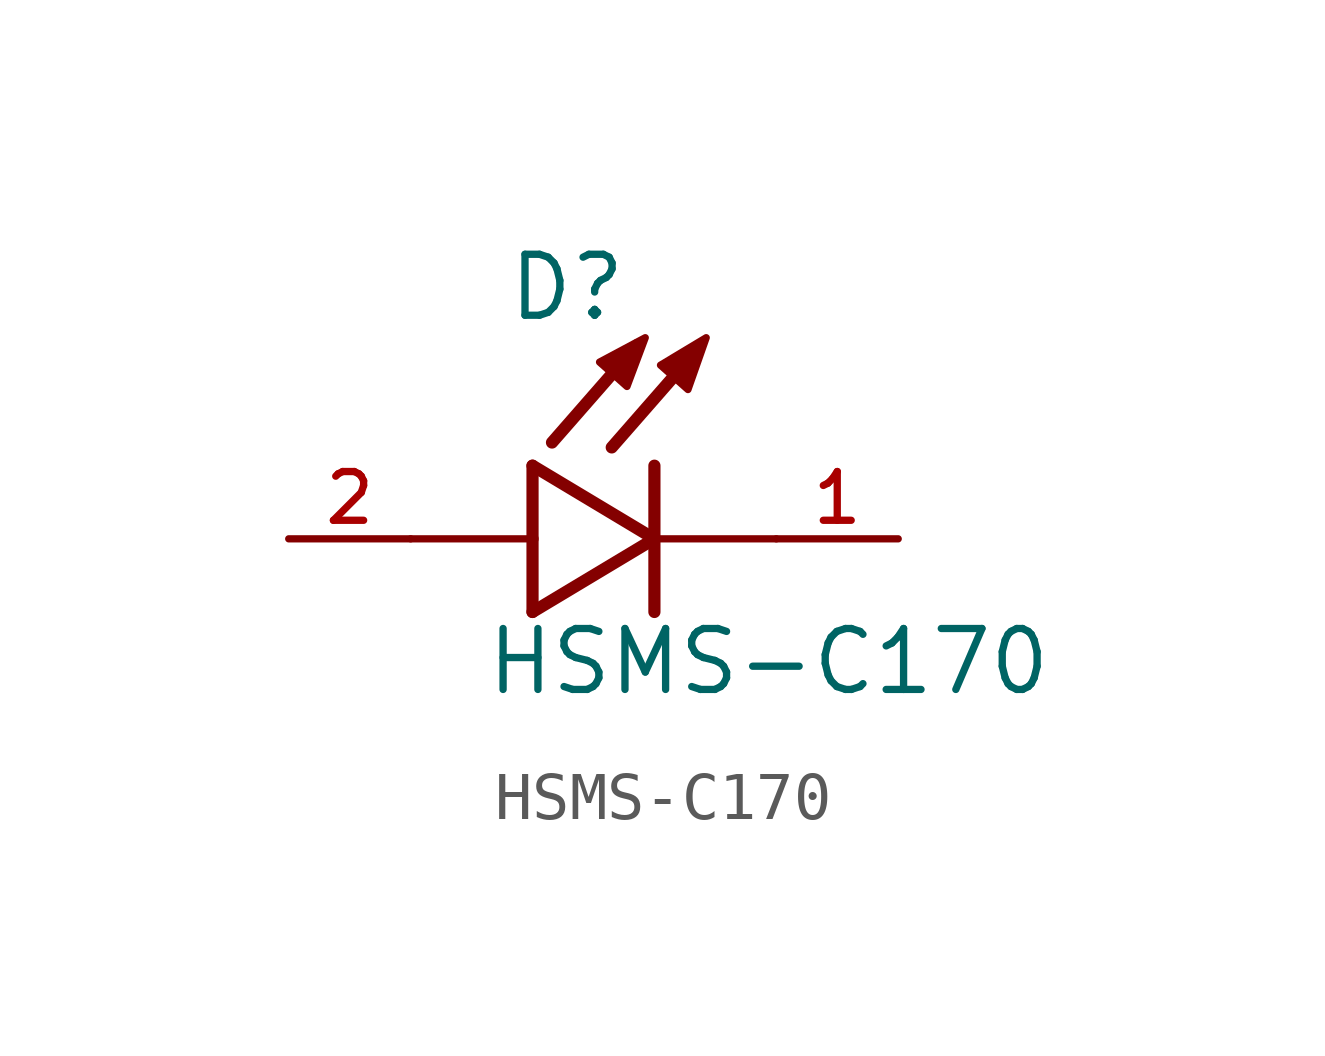
<source format=kicad_sym>
(kicad_symbol_lib
  (version 20211014)
  (generator kicad_symbol_editor)
  (symbol "HSMS-C170"
    (pin_names
      (offset 1.016))
    (property "Reference" "D"
      (at -3.099 4.496 0)
      (effects (font (size 1.27 1.27)) (justify bottom left)))
    (property "Value" "HSMS-C170"
      (at -3.556 -3.302 0)
      (effects (font (size 1.27 1.27)) (justify bottom left)))
    (symbol "HSMS-C170_0_0"
      (polyline (pts (xy -2.54 1.524) (xy -2.54 0.0)) (stroke (width 0.254)))
      (polyline (pts (xy -2.54 0.0) (xy -2.54 -1.524)) (stroke (width 0.254)))
      (polyline (pts (xy -2.54 -1.524) (xy 0.0 0.0)) (stroke (width 0.254)))
      (polyline (pts (xy 0.0 0.0) (xy -2.54 1.524)) (stroke (width 0.254)))
      (polyline (pts (xy 0.0 1.524) (xy 0.0 0.0)) (stroke (width 0.254)))
      (polyline (pts (xy 0.0 0.0) (xy 0.0 -1.524)) (stroke (width 0.254)))
      (polyline (pts (xy -2.54 0.0) (xy -5.08 0.0)) (stroke (width 0.152)))
      (polyline (pts (xy 0.889 3.937) (xy -0.889 1.905)) (stroke (width 0.254)))
      (polyline (pts (xy -0.356 4.039) (xy -2.134 2.007)) (stroke (width 0.254)))
      (polyline (pts (xy 2.54 0.0) (xy 0.0 0.0)) (stroke (width 0.152)))
      (polyline (pts (xy -1.143 3.683) (xy -0.572 3.175) (xy -0.191 4.191) (xy -1.143 3.683)) (stroke (width 0.152)) (fill (type outline)))
      (polyline (pts (xy 0.127 3.619) (xy 0.699 3.111) (xy 1.079 4.191) (xy 0.127 3.619)) (stroke (width 0.152)) (fill (type outline)))
      (pin passive line (at 5.08 0.0 180.0) (length 2.54) (name "~" (effects (font (size 1.016 1.016)))) (number "1" (effects (font (size 1.016 1.016)))))
      (pin passive line (at -7.62 0.0 0) (length 2.54) (name "~" (effects (font (size 1.016 1.016)))) (number "2" (effects (font (size 1.016 1.016))))))))
</source>
